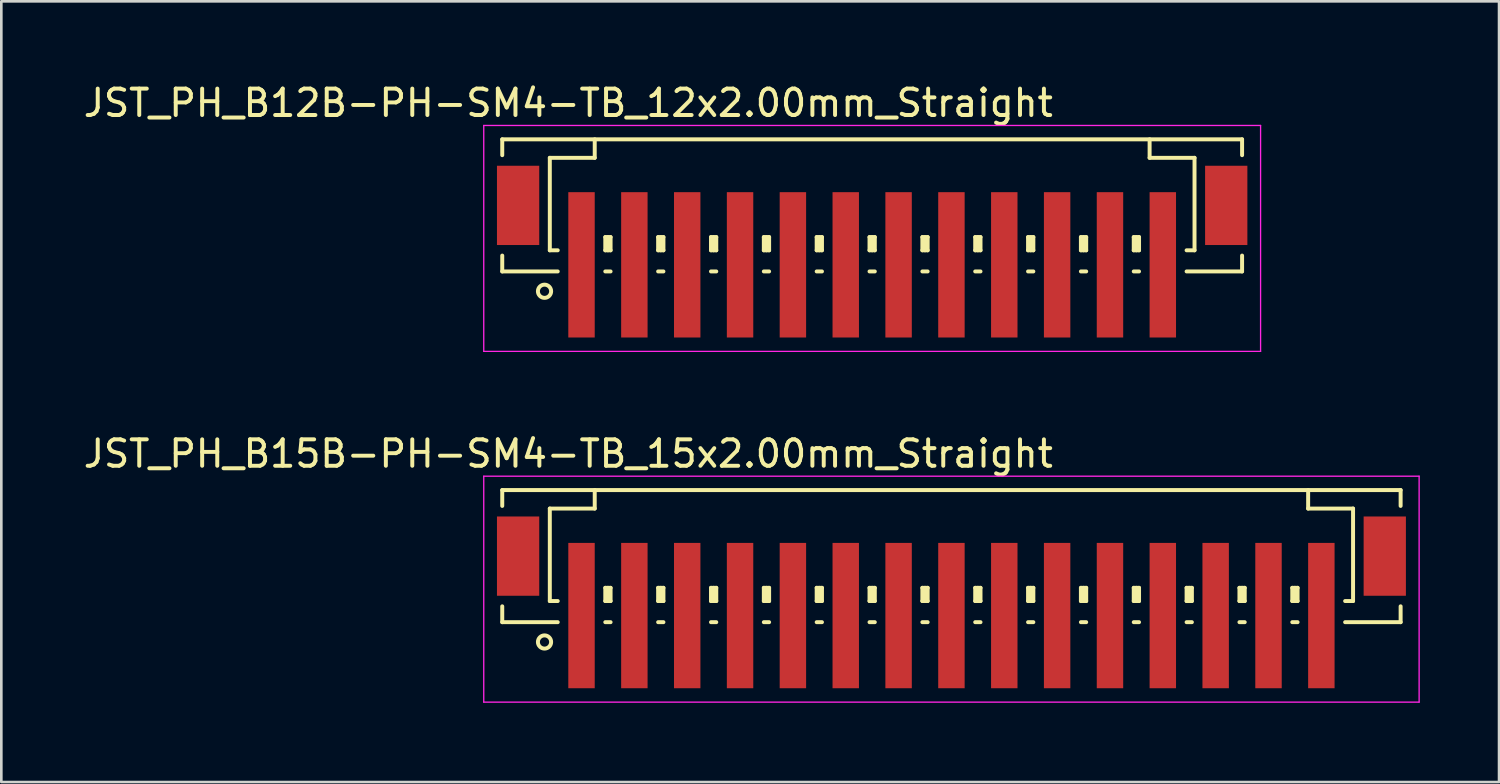
<source format=kicad_pcb>
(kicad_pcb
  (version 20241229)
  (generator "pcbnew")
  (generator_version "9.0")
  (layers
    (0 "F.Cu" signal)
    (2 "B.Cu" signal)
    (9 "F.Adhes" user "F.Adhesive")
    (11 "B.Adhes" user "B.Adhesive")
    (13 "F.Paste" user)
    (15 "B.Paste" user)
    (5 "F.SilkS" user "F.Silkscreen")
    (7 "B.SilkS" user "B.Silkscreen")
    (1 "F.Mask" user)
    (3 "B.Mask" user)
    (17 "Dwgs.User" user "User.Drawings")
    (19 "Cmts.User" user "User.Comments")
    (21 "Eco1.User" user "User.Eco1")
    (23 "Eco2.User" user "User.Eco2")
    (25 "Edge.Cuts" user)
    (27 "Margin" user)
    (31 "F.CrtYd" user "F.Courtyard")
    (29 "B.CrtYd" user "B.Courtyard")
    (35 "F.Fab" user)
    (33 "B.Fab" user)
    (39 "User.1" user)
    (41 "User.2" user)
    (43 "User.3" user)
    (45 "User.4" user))
  (footprint "JST_PH_B15B-PH-SM4-TB_15x2.00mm_Straight"
    (layer "F.Cu")
    (at 32.958 19.122)
    (property "Reference" "JST_PH_B15B-PH-SM4-TB_15x2.00mm_Straight" (at -14.5 -5 0) (layer "F.SilkS") (effects (font (size 1 1) (thickness 0.15))))
    (attr smd)
    (fp_line (start -17 -3.625) (end 17 -3.625) (stroke (width 0.15) (type solid)) (layer "F.SilkS"))
    (fp_line (start -17 -3.025) (end -17 -3.625) (stroke (width 0.15) (type solid)) (layer "F.SilkS"))
    (fp_line (start -17 0.775) (end -17 1.375) (stroke (width 0.15) (type solid)) (layer "F.SilkS"))
    (fp_line (start -17 1.375) (end -14.9 1.375) (stroke (width 0.15) (type solid)) (layer "F.SilkS"))
    (fp_line (start -15.2 -2.925) (end -15.2 0.575) (stroke (width 0.15) (type solid)) (layer "F.SilkS"))
    (fp_line (start -15.2 0.575) (end -14.9 0.575) (stroke (width 0.15) (type solid)) (layer "F.SilkS"))
    (fp_line (start -13.5 -3.625) (end -13.5 -2.925) (stroke (width 0.15) (type solid)) (layer "F.SilkS"))
    (fp_line (start -13.5 -2.925) (end -15.2 -2.925) (stroke (width 0.15) (type solid)) (layer "F.SilkS"))
    (fp_line (start -13.1 0.075) (end -12.9 0.075) (stroke (width 0.15) (type solid)) (layer "F.SilkS"))
    (fp_line (start -13.1 0.575) (end -13.1 0.075) (stroke (width 0.15) (type solid)) (layer "F.SilkS"))
    (fp_line (start -13.1 0.575) (end -12.9 0.575) (stroke (width 0.15) (type solid)) (layer "F.SilkS"))
    (fp_line (start -13.1 1.375) (end -12.9 1.375) (stroke (width 0.15) (type solid)) (layer "F.SilkS"))
    (fp_line (start -13 0.575) (end -13 0.075) (stroke (width 0.15) (type solid)) (layer "F.SilkS"))
    (fp_line (start -12.9 0.075) (end -12.9 0.575) (stroke (width 0.15) (type solid)) (layer "F.SilkS"))
    (fp_line (start -11.1 0.075) (end -10.9 0.075) (stroke (width 0.15) (type solid)) (layer "F.SilkS"))
    (fp_line (start -11.1 0.575) (end -11.1 0.075) (stroke (width 0.15) (type solid)) (layer "F.SilkS"))
    (fp_line (start -11.1 0.575) (end -10.9 0.575) (stroke (width 0.15) (type solid)) (layer "F.SilkS"))
    (fp_line (start -11.1 1.375) (end -10.9 1.375) (stroke (width 0.15) (type solid)) (layer "F.SilkS"))
    (fp_line (start -11 0.575) (end -11 0.075) (stroke (width 0.15) (type solid)) (layer "F.SilkS"))
    (fp_line (start -10.9 0.075) (end -10.9 0.575) (stroke (width 0.15) (type solid)) (layer "F.SilkS"))
    (fp_line (start -9.1 0.075) (end -8.9 0.075) (stroke (width 0.15) (type solid)) (layer "F.SilkS"))
    (fp_line (start -9.1 0.575) (end -9.1 0.075) (stroke (width 0.15) (type solid)) (layer "F.SilkS"))
    (fp_line (start -9.1 0.575) (end -8.9 0.575) (stroke (width 0.15) (type solid)) (layer "F.SilkS"))
    (fp_line (start -9.1 1.375) (end -8.9 1.375) (stroke (width 0.15) (type solid)) (layer "F.SilkS"))
    (fp_line (start -9 0.575) (end -9 0.075) (stroke (width 0.15) (type solid)) (layer "F.SilkS"))
    (fp_line (start -8.9 0.075) (end -8.9 0.575) (stroke (width 0.15) (type solid)) (layer "F.SilkS"))
    (fp_line (start -7.1 0.075) (end -6.9 0.075) (stroke (width 0.15) (type solid)) (layer "F.SilkS"))
    (fp_line (start -7.1 0.575) (end -7.1 0.075) (stroke (width 0.15) (type solid)) (layer "F.SilkS"))
    (fp_line (start -7.1 0.575) (end -6.9 0.575) (stroke (width 0.15) (type solid)) (layer "F.SilkS"))
    (fp_line (start -7.1 1.375) (end -6.9 1.375) (stroke (width 0.15) (type solid)) (layer "F.SilkS"))
    (fp_line (start -7 0.575) (end -7 0.075) (stroke (width 0.15) (type solid)) (layer "F.SilkS"))
    (fp_line (start -6.9 0.075) (end -6.9 0.575) (stroke (width 0.15) (type solid)) (layer "F.SilkS"))
    (fp_line (start -5.1 0.075) (end -4.9 0.075) (stroke (width 0.15) (type solid)) (layer "F.SilkS"))
    (fp_line (start -5.1 0.575) (end -5.1 0.075) (stroke (width 0.15) (type solid)) (layer "F.SilkS"))
    (fp_line (start -5.1 0.575) (end -4.9 0.575) (stroke (width 0.15) (type solid)) (layer "F.SilkS"))
    (fp_line (start -5.1 1.375) (end -4.9 1.375) (stroke (width 0.15) (type solid)) (layer "F.SilkS"))
    (fp_line (start -5 0.575) (end -5 0.075) (stroke (width 0.15) (type solid)) (layer "F.SilkS"))
    (fp_line (start -4.9 0.075) (end -4.9 0.575) (stroke (width 0.15) (type solid)) (layer "F.SilkS"))
    (fp_line (start -3.1 0.075) (end -2.9 0.075) (stroke (width 0.15) (type solid)) (layer "F.SilkS"))
    (fp_line (start -3.1 0.575) (end -3.1 0.075) (stroke (width 0.15) (type solid)) (layer "F.SilkS"))
    (fp_line (start -3.1 0.575) (end -2.9 0.575) (stroke (width 0.15) (type solid)) (layer "F.SilkS"))
    (fp_line (start -3.1 1.375) (end -2.9 1.375) (stroke (width 0.15) (type solid)) (layer "F.SilkS"))
    (fp_line (start -3 0.575) (end -3 0.075) (stroke (width 0.15) (type solid)) (layer "F.SilkS"))
    (fp_line (start -2.9 0.075) (end -2.9 0.575) (stroke (width 0.15) (type solid)) (layer "F.SilkS"))
    (fp_line (start -1.1 0.075) (end -0.9 0.075) (stroke (width 0.15) (type solid)) (layer "F.SilkS"))
    (fp_line (start -1.1 0.575) (end -1.1 0.075) (stroke (width 0.15) (type solid)) (layer "F.SilkS"))
    (fp_line (start -1.1 0.575) (end -0.9 0.575) (stroke (width 0.15) (type solid)) (layer "F.SilkS"))
    (fp_line (start -1.1 1.375) (end -0.9 1.375) (stroke (width 0.15) (type solid)) (layer "F.SilkS"))
    (fp_line (start -1 0.575) (end -1 0.075) (stroke (width 0.15) (type solid)) (layer "F.SilkS"))
    (fp_line (start -0.9 0.075) (end -0.9 0.575) (stroke (width 0.15) (type solid)) (layer "F.SilkS"))
    (fp_line (start 0.9 0.075) (end 1.1 0.075) (stroke (width 0.15) (type solid)) (layer "F.SilkS"))
    (fp_line (start 0.9 0.575) (end 0.9 0.075) (stroke (width 0.15) (type solid)) (layer "F.SilkS"))
    (fp_line (start 0.9 0.575) (end 1.1 0.575) (stroke (width 0.15) (type solid)) (layer "F.SilkS"))
    (fp_line (start 0.9 1.375) (end 1.1 1.375) (stroke (width 0.15) (type solid)) (layer "F.SilkS"))
    (fp_line (start 1 0.575) (end 1 0.075) (stroke (width 0.15) (type solid)) (layer "F.SilkS"))
    (fp_line (start 1.1 0.075) (end 1.1 0.575) (stroke (width 0.15) (type solid)) (layer "F.SilkS"))
    (fp_line (start 2.9 0.075) (end 3.1 0.075) (stroke (width 0.15) (type solid)) (layer "F.SilkS"))
    (fp_line (start 2.9 0.575) (end 2.9 0.075) (stroke (width 0.15) (type solid)) (layer "F.SilkS"))
    (fp_line (start 2.9 0.575) (end 3.1 0.575) (stroke (width 0.15) (type solid)) (layer "F.SilkS"))
    (fp_line (start 2.9 1.375) (end 3.1 1.375) (stroke (width 0.15) (type solid)) (layer "F.SilkS"))
    (fp_line (start 3 0.575) (end 3 0.075) (stroke (width 0.15) (type solid)) (layer "F.SilkS"))
    (fp_line (start 3.1 0.075) (end 3.1 0.575) (stroke (width 0.15) (type solid)) (layer "F.SilkS"))
    (fp_line (start 4.9 0.075) (end 5.1 0.075) (stroke (width 0.15) (type solid)) (layer "F.SilkS"))
    (fp_line (start 4.9 0.575) (end 4.9 0.075) (stroke (width 0.15) (type solid)) (layer "F.SilkS"))
    (fp_line (start 4.9 0.575) (end 5.1 0.575) (stroke (width 0.15) (type solid)) (layer "F.SilkS"))
    (fp_line (start 4.9 1.375) (end 5.1 1.375) (stroke (width 0.15) (type solid)) (layer "F.SilkS"))
    (fp_line (start 5 0.575) (end 5 0.075) (stroke (width 0.15) (type solid)) (layer "F.SilkS"))
    (fp_line (start 5.1 0.075) (end 5.1 0.575) (stroke (width 0.15) (type solid)) (layer "F.SilkS"))
    (fp_line (start 6.9 0.075) (end 7.1 0.075) (stroke (width 0.15) (type solid)) (layer "F.SilkS"))
    (fp_line (start 6.9 0.575) (end 6.9 0.075) (stroke (width 0.15) (type solid)) (layer "F.SilkS"))
    (fp_line (start 6.9 0.575) (end 7.1 0.575) (stroke (width 0.15) (type solid)) (layer "F.SilkS"))
    (fp_line (start 6.9 1.375) (end 7.1 1.375) (stroke (width 0.15) (type solid)) (layer "F.SilkS"))
    (fp_line (start 7 0.575) (end 7 0.075) (stroke (width 0.15) (type solid)) (layer "F.SilkS"))
    (fp_line (start 7.1 0.075) (end 7.1 0.575) (stroke (width 0.15) (type solid)) (layer "F.SilkS"))
    (fp_line (start 8.9 0.075) (end 9.1 0.075) (stroke (width 0.15) (type solid)) (layer "F.SilkS"))
    (fp_line (start 8.9 0.575) (end 8.9 0.075) (stroke (width 0.15) (type solid)) (layer "F.SilkS"))
    (fp_line (start 8.9 0.575) (end 9.1 0.575) (stroke (width 0.15) (type solid)) (layer "F.SilkS"))
    (fp_line (start 8.9 1.375) (end 9.1 1.375) (stroke (width 0.15) (type solid)) (layer "F.SilkS"))
    (fp_line (start 9 0.575) (end 9 0.075) (stroke (width 0.15) (type solid)) (layer "F.SilkS"))
    (fp_line (start 9.1 0.075) (end 9.1 0.575) (stroke (width 0.15) (type solid)) (layer "F.SilkS"))
    (fp_line (start 10.9 0.075) (end 11.1 0.075) (stroke (width 0.15) (type solid)) (layer "F.SilkS"))
    (fp_line (start 10.9 0.575) (end 10.9 0.075) (stroke (width 0.15) (type solid)) (layer "F.SilkS"))
    (fp_line (start 10.9 0.575) (end 11.1 0.575) (stroke (width 0.15) (type solid)) (layer "F.SilkS"))
    (fp_line (start 10.9 1.375) (end 11.1 1.375) (stroke (width 0.15) (type solid)) (layer "F.SilkS"))
    (fp_line (start 11 0.575) (end 11 0.075) (stroke (width 0.15) (type solid)) (layer "F.SilkS"))
    (fp_line (start 11.1 0.075) (end 11.1 0.575) (stroke (width 0.15) (type solid)) (layer "F.SilkS"))
    (fp_line (start 12.9 0.075) (end 13.1 0.075) (stroke (width 0.15) (type solid)) (layer "F.SilkS"))
    (fp_line (start 12.9 0.575) (end 12.9 0.075) (stroke (width 0.15) (type solid)) (layer "F.SilkS"))
    (fp_line (start 12.9 0.575) (end 13.1 0.575) (stroke (width 0.15) (type solid)) (layer "F.SilkS"))
    (fp_line (start 12.9 1.375) (end 13.1 1.375) (stroke (width 0.15) (type solid)) (layer "F.SilkS"))
    (fp_line (start 13 0.575) (end 13 0.075) (stroke (width 0.15) (type solid)) (layer "F.SilkS"))
    (fp_line (start 13.1 0.075) (end 13.1 0.575) (stroke (width 0.15) (type solid)) (layer "F.SilkS"))
    (fp_line (start 13.5 -3.625) (end 13.5 -2.925) (stroke (width 0.15) (type solid)) (layer "F.SilkS"))
    (fp_line (start 13.5 -2.925) (end 15.2 -2.925) (stroke (width 0.15) (type solid)) (layer "F.SilkS"))
    (fp_line (start 15.2 -2.925) (end 15.2 0.575) (stroke (width 0.15) (type solid)) (layer "F.SilkS"))
    (fp_line (start 15.2 0.575) (end 14.9 0.575) (stroke (width 0.15) (type solid)) (layer "F.SilkS"))
    (fp_line (start 17 -3.625) (end 17 -3.025) (stroke (width 0.15) (type solid)) (layer "F.SilkS"))
    (fp_line (start 17 0.775) (end 17 1.375) (stroke (width 0.15) (type solid)) (layer "F.SilkS"))
    (fp_line (start 17 1.375) (end 14.9 1.375) (stroke (width 0.15) (type solid)) (layer "F.SilkS"))
    (fp_circle (center -15.4 2.125) (end -15.15 2.125) (stroke (width 0.15) (type solid)) (fill no) (layer "F.SilkS"))
    (fp_line (start -17.7 -4.15) (end 17.7 -4.15) (stroke (width 0.05) (type solid)) (layer "F.CrtYd"))
    (fp_line (start -17.7 4.4) (end -17.7 -4.15) (stroke (width 0.05) (type solid)) (layer "F.CrtYd"))
    (fp_line (start 17.7 -4.15) (end 17.7 4.4) (stroke (width 0.05) (type solid)) (layer "F.CrtYd"))
    (fp_line (start 17.7 4.4) (end -17.7 4.4) (stroke (width 0.05) (type solid)) (layer "F.CrtYd"))
    (pad "" smd rect (at -16.4 -1.125) (size 1.6 3) (layers "F.Cu" "F.Mask" "F.Paste"))
    (pad "" smd rect (at 16.4 -1.125) (size 1.6 3) (layers "F.Cu" "F.Mask" "F.Paste"))
    (pad "1" smd rect (at -14 1.125) (size 1 5.5) (layers "F.Cu" "F.Mask" "F.Paste"))
    (pad "2" smd rect (at -12 1.125) (size 1 5.5) (layers "F.Cu" "F.Mask" "F.Paste"))
    (pad "3" smd rect (at -10 1.125) (size 1 5.5) (layers "F.Cu" "F.Mask" "F.Paste"))
    (pad "4" smd rect (at -8 1.125) (size 1 5.5) (layers "F.Cu" "F.Mask" "F.Paste"))
    (pad "5" smd rect (at -6 1.125) (size 1 5.5) (layers "F.Cu" "F.Mask" "F.Paste"))
    (pad "6" smd rect (at -4 1.125) (size 1 5.5) (layers "F.Cu" "F.Mask" "F.Paste"))
    (pad "7" smd rect (at -2 1.125) (size 1 5.5) (layers "F.Cu" "F.Mask" "F.Paste"))
    (pad "8" smd rect (at 0 1.125) (size 1 5.5) (layers "F.Cu" "F.Mask" "F.Paste"))
    (pad "9" smd rect (at 2 1.125) (size 1 5.5) (layers "F.Cu" "F.Mask" "F.Paste"))
    (pad "10" smd rect (at 4 1.125) (size 1 5.5) (layers "F.Cu" "F.Mask" "F.Paste"))
    (pad "11" smd rect (at 6 1.125) (size 1 5.5) (layers "F.Cu" "F.Mask" "F.Paste"))
    (pad "12" smd rect (at 8 1.125) (size 1 5.5) (layers "F.Cu" "F.Mask" "F.Paste"))
    (pad "13" smd rect (at 10 1.125) (size 1 5.5) (layers "F.Cu" "F.Mask" "F.Paste"))
    (pad "14" smd rect (at 12 1.125) (size 1 5.5) (layers "F.Cu" "F.Mask" "F.Paste"))
    (pad "15" smd rect (at 14 1.125) (size 1 5.5) (layers "F.Cu" "F.Mask" "F.Paste")))
  (footprint "JST_PH_B12B-PH-SM4-TB_12x2.00mm_Straight"
    (layer "F.Cu")
    (at 29.958 5.848)
    (property "Reference" "JST_PH_B12B-PH-SM4-TB_12x2.00mm_Straight" (at -11.5 -5 0) (layer "F.SilkS") (effects (font (size 1 1) (thickness 0.15))))
    (attr smd)
    (fp_line (start -14 -3.625) (end 14 -3.625) (stroke (width 0.15) (type solid)) (layer "F.SilkS"))
    (fp_line (start -14 -3.025) (end -14 -3.625) (stroke (width 0.15) (type solid)) (layer "F.SilkS"))
    (fp_line (start -14 0.775) (end -14 1.375) (stroke (width 0.15) (type solid)) (layer "F.SilkS"))
    (fp_line (start -14 1.375) (end -11.9 1.375) (stroke (width 0.15) (type solid)) (layer "F.SilkS"))
    (fp_line (start -12.2 -2.925) (end -12.2 0.575) (stroke (width 0.15) (type solid)) (layer "F.SilkS"))
    (fp_line (start -12.2 0.575) (end -11.9 0.575) (stroke (width 0.15) (type solid)) (layer "F.SilkS"))
    (fp_line (start -10.5 -3.625) (end -10.5 -2.925) (stroke (width 0.15) (type solid)) (layer "F.SilkS"))
    (fp_line (start -10.5 -2.925) (end -12.2 -2.925) (stroke (width 0.15) (type solid)) (layer "F.SilkS"))
    (fp_line (start -10.1 0.075) (end -9.9 0.075) (stroke (width 0.15) (type solid)) (layer "F.SilkS"))
    (fp_line (start -10.1 0.575) (end -10.1 0.075) (stroke (width 0.15) (type solid)) (layer "F.SilkS"))
    (fp_line (start -10.1 0.575) (end -9.9 0.575) (stroke (width 0.15) (type solid)) (layer "F.SilkS"))
    (fp_line (start -10.1 1.375) (end -9.9 1.375) (stroke (width 0.15) (type solid)) (layer "F.SilkS"))
    (fp_line (start -10 0.575) (end -10 0.075) (stroke (width 0.15) (type solid)) (layer "F.SilkS"))
    (fp_line (start -9.9 0.075) (end -9.9 0.575) (stroke (width 0.15) (type solid)) (layer "F.SilkS"))
    (fp_line (start -8.1 0.075) (end -7.9 0.075) (stroke (width 0.15) (type solid)) (layer "F.SilkS"))
    (fp_line (start -8.1 0.575) (end -8.1 0.075) (stroke (width 0.15) (type solid)) (layer "F.SilkS"))
    (fp_line (start -8.1 0.575) (end -7.9 0.575) (stroke (width 0.15) (type solid)) (layer "F.SilkS"))
    (fp_line (start -8.1 1.375) (end -7.9 1.375) (stroke (width 0.15) (type solid)) (layer "F.SilkS"))
    (fp_line (start -8 0.575) (end -8 0.075) (stroke (width 0.15) (type solid)) (layer "F.SilkS"))
    (fp_line (start -7.9 0.075) (end -7.9 0.575) (stroke (width 0.15) (type solid)) (layer "F.SilkS"))
    (fp_line (start -6.1 0.075) (end -5.9 0.075) (stroke (width 0.15) (type solid)) (layer "F.SilkS"))
    (fp_line (start -6.1 0.575) (end -6.1 0.075) (stroke (width 0.15) (type solid)) (layer "F.SilkS"))
    (fp_line (start -6.1 0.575) (end -5.9 0.575) (stroke (width 0.15) (type solid)) (layer "F.SilkS"))
    (fp_line (start -6.1 1.375) (end -5.9 1.375) (stroke (width 0.15) (type solid)) (layer "F.SilkS"))
    (fp_line (start -6 0.575) (end -6 0.075) (stroke (width 0.15) (type solid)) (layer "F.SilkS"))
    (fp_line (start -5.9 0.075) (end -5.9 0.575) (stroke (width 0.15) (type solid)) (layer "F.SilkS"))
    (fp_line (start -4.1 0.075) (end -3.9 0.075) (stroke (width 0.15) (type solid)) (layer "F.SilkS"))
    (fp_line (start -4.1 0.575) (end -4.1 0.075) (stroke (width 0.15) (type solid)) (layer "F.SilkS"))
    (fp_line (start -4.1 0.575) (end -3.9 0.575) (stroke (width 0.15) (type solid)) (layer "F.SilkS"))
    (fp_line (start -4.1 1.375) (end -3.9 1.375) (stroke (width 0.15) (type solid)) (layer "F.SilkS"))
    (fp_line (start -4 0.575) (end -4 0.075) (stroke (width 0.15) (type solid)) (layer "F.SilkS"))
    (fp_line (start -3.9 0.075) (end -3.9 0.575) (stroke (width 0.15) (type solid)) (layer "F.SilkS"))
    (fp_line (start -2.1 0.075) (end -1.9 0.075) (stroke (width 0.15) (type solid)) (layer "F.SilkS"))
    (fp_line (start -2.1 0.575) (end -2.1 0.075) (stroke (width 0.15) (type solid)) (layer "F.SilkS"))
    (fp_line (start -2.1 0.575) (end -1.9 0.575) (stroke (width 0.15) (type solid)) (layer "F.SilkS"))
    (fp_line (start -2.1 1.375) (end -1.9 1.375) (stroke (width 0.15) (type solid)) (layer "F.SilkS"))
    (fp_line (start -2 0.575) (end -2 0.075) (stroke (width 0.15) (type solid)) (layer "F.SilkS"))
    (fp_line (start -1.9 0.075) (end -1.9 0.575) (stroke (width 0.15) (type solid)) (layer "F.SilkS"))
    (fp_line (start -0.1 0.075) (end 0.1 0.075) (stroke (width 0.15) (type solid)) (layer "F.SilkS"))
    (fp_line (start -0.1 0.575) (end -0.1 0.075) (stroke (width 0.15) (type solid)) (layer "F.SilkS"))
    (fp_line (start -0.1 0.575) (end 0.1 0.575) (stroke (width 0.15) (type solid)) (layer "F.SilkS"))
    (fp_line (start -0.1 1.375) (end 0.1 1.375) (stroke (width 0.15) (type solid)) (layer "F.SilkS"))
    (fp_line (start 0 0.575) (end 0 0.075) (stroke (width 0.15) (type solid)) (layer "F.SilkS"))
    (fp_line (start 0.1 0.075) (end 0.1 0.575) (stroke (width 0.15) (type solid)) (layer "F.SilkS"))
    (fp_line (start 1.9 0.075) (end 2.1 0.075) (stroke (width 0.15) (type solid)) (layer "F.SilkS"))
    (fp_line (start 1.9 0.575) (end 1.9 0.075) (stroke (width 0.15) (type solid)) (layer "F.SilkS"))
    (fp_line (start 1.9 0.575) (end 2.1 0.575) (stroke (width 0.15) (type solid)) (layer "F.SilkS"))
    (fp_line (start 1.9 1.375) (end 2.1 1.375) (stroke (width 0.15) (type solid)) (layer "F.SilkS"))
    (fp_line (start 2 0.575) (end 2 0.075) (stroke (width 0.15) (type solid)) (layer "F.SilkS"))
    (fp_line (start 2.1 0.075) (end 2.1 0.575) (stroke (width 0.15) (type solid)) (layer "F.SilkS"))
    (fp_line (start 3.9 0.075) (end 4.1 0.075) (stroke (width 0.15) (type solid)) (layer "F.SilkS"))
    (fp_line (start 3.9 0.575) (end 3.9 0.075) (stroke (width 0.15) (type solid)) (layer "F.SilkS"))
    (fp_line (start 3.9 0.575) (end 4.1 0.575) (stroke (width 0.15) (type solid)) (layer "F.SilkS"))
    (fp_line (start 3.9 1.375) (end 4.1 1.375) (stroke (width 0.15) (type solid)) (layer "F.SilkS"))
    (fp_line (start 4 0.575) (end 4 0.075) (stroke (width 0.15) (type solid)) (layer "F.SilkS"))
    (fp_line (start 4.1 0.075) (end 4.1 0.575) (stroke (width 0.15) (type solid)) (layer "F.SilkS"))
    (fp_line (start 5.9 0.075) (end 6.1 0.075) (stroke (width 0.15) (type solid)) (layer "F.SilkS"))
    (fp_line (start 5.9 0.575) (end 5.9 0.075) (stroke (width 0.15) (type solid)) (layer "F.SilkS"))
    (fp_line (start 5.9 0.575) (end 6.1 0.575) (stroke (width 0.15) (type solid)) (layer "F.SilkS"))
    (fp_line (start 5.9 1.375) (end 6.1 1.375) (stroke (width 0.15) (type solid)) (layer "F.SilkS"))
    (fp_line (start 6 0.575) (end 6 0.075) (stroke (width 0.15) (type solid)) (layer "F.SilkS"))
    (fp_line (start 6.1 0.075) (end 6.1 0.575) (stroke (width 0.15) (type solid)) (layer "F.SilkS"))
    (fp_line (start 7.9 0.075) (end 8.1 0.075) (stroke (width 0.15) (type solid)) (layer "F.SilkS"))
    (fp_line (start 7.9 0.575) (end 7.9 0.075) (stroke (width 0.15) (type solid)) (layer "F.SilkS"))
    (fp_line (start 7.9 0.575) (end 8.1 0.575) (stroke (width 0.15) (type solid)) (layer "F.SilkS"))
    (fp_line (start 7.9 1.375) (end 8.1 1.375) (stroke (width 0.15) (type solid)) (layer "F.SilkS"))
    (fp_line (start 8 0.575) (end 8 0.075) (stroke (width 0.15) (type solid)) (layer "F.SilkS"))
    (fp_line (start 8.1 0.075) (end 8.1 0.575) (stroke (width 0.15) (type solid)) (layer "F.SilkS"))
    (fp_line (start 9.9 0.075) (end 10.1 0.075) (stroke (width 0.15) (type solid)) (layer "F.SilkS"))
    (fp_line (start 9.9 0.575) (end 9.9 0.075) (stroke (width 0.15) (type solid)) (layer "F.SilkS"))
    (fp_line (start 9.9 0.575) (end 10.1 0.575) (stroke (width 0.15) (type solid)) (layer "F.SilkS"))
    (fp_line (start 9.9 1.375) (end 10.1 1.375) (stroke (width 0.15) (type solid)) (layer "F.SilkS"))
    (fp_line (start 10 0.575) (end 10 0.075) (stroke (width 0.15) (type solid)) (layer "F.SilkS"))
    (fp_line (start 10.1 0.075) (end 10.1 0.575) (stroke (width 0.15) (type solid)) (layer "F.SilkS"))
    (fp_line (start 10.5 -3.625) (end 10.5 -2.925) (stroke (width 0.15) (type solid)) (layer "F.SilkS"))
    (fp_line (start 10.5 -2.925) (end 12.2 -2.925) (stroke (width 0.15) (type solid)) (layer "F.SilkS"))
    (fp_line (start 12.2 -2.925) (end 12.2 0.575) (stroke (width 0.15) (type solid)) (layer "F.SilkS"))
    (fp_line (start 12.2 0.575) (end 11.9 0.575) (stroke (width 0.15) (type solid)) (layer "F.SilkS"))
    (fp_line (start 14 -3.625) (end 14 -3.025) (stroke (width 0.15) (type solid)) (layer "F.SilkS"))
    (fp_line (start 14 0.775) (end 14 1.375) (stroke (width 0.15) (type solid)) (layer "F.SilkS"))
    (fp_line (start 14 1.375) (end 11.9 1.375) (stroke (width 0.15) (type solid)) (layer "F.SilkS"))
    (fp_circle (center -12.4 2.125) (end -12.15 2.125) (stroke (width 0.15) (type solid)) (fill no) (layer "F.SilkS"))
    (fp_line (start -14.7 -4.15) (end 14.7 -4.15) (stroke (width 0.05) (type solid)) (layer "F.CrtYd"))
    (fp_line (start -14.7 4.4) (end -14.7 -4.15) (stroke (width 0.05) (type solid)) (layer "F.CrtYd"))
    (fp_line (start 14.7 -4.15) (end 14.7 4.4) (stroke (width 0.05) (type solid)) (layer "F.CrtYd"))
    (fp_line (start 14.7 4.4) (end -14.7 4.4) (stroke (width 0.05) (type solid)) (layer "F.CrtYd"))
    (pad "" smd rect (at -13.4 -1.125) (size 1.6 3) (layers "F.Cu" "F.Mask" "F.Paste"))
    (pad "" smd rect (at 13.4 -1.125) (size 1.6 3) (layers "F.Cu" "F.Mask" "F.Paste"))
    (pad "1" smd rect (at -11 1.125) (size 1 5.5) (layers "F.Cu" "F.Mask" "F.Paste"))
    (pad "2" smd rect (at -9 1.125) (size 1 5.5) (layers "F.Cu" "F.Mask" "F.Paste"))
    (pad "3" smd rect (at -7 1.125) (size 1 5.5) (layers "F.Cu" "F.Mask" "F.Paste"))
    (pad "4" smd rect (at -5 1.125) (size 1 5.5) (layers "F.Cu" "F.Mask" "F.Paste"))
    (pad "5" smd rect (at -3 1.125) (size 1 5.5) (layers "F.Cu" "F.Mask" "F.Paste"))
    (pad "6" smd rect (at -1 1.125) (size 1 5.5) (layers "F.Cu" "F.Mask" "F.Paste"))
    (pad "7" smd rect (at 1 1.125) (size 1 5.5) (layers "F.Cu" "F.Mask" "F.Paste"))
    (pad "8" smd rect (at 3 1.125) (size 1 5.5) (layers "F.Cu" "F.Mask" "F.Paste"))
    (pad "9" smd rect (at 5 1.125) (size 1 5.5) (layers "F.Cu" "F.Mask" "F.Paste"))
    (pad "10" smd rect (at 7 1.125) (size 1 5.5) (layers "F.Cu" "F.Mask" "F.Paste"))
    (pad "11" smd rect (at 9 1.125) (size 1 5.5) (layers "F.Cu" "F.Mask" "F.Paste"))
    (pad "12" smd rect (at 11 1.125) (size 1 5.5) (layers "F.Cu" "F.Mask" "F.Paste")))
  (gr_rect
    (start -3 -3)
    (end 53.683 26.547)
    (stroke (width 0.1) (type default))
    (fill no)
    (layer "Edge.Cuts")))
</source>
